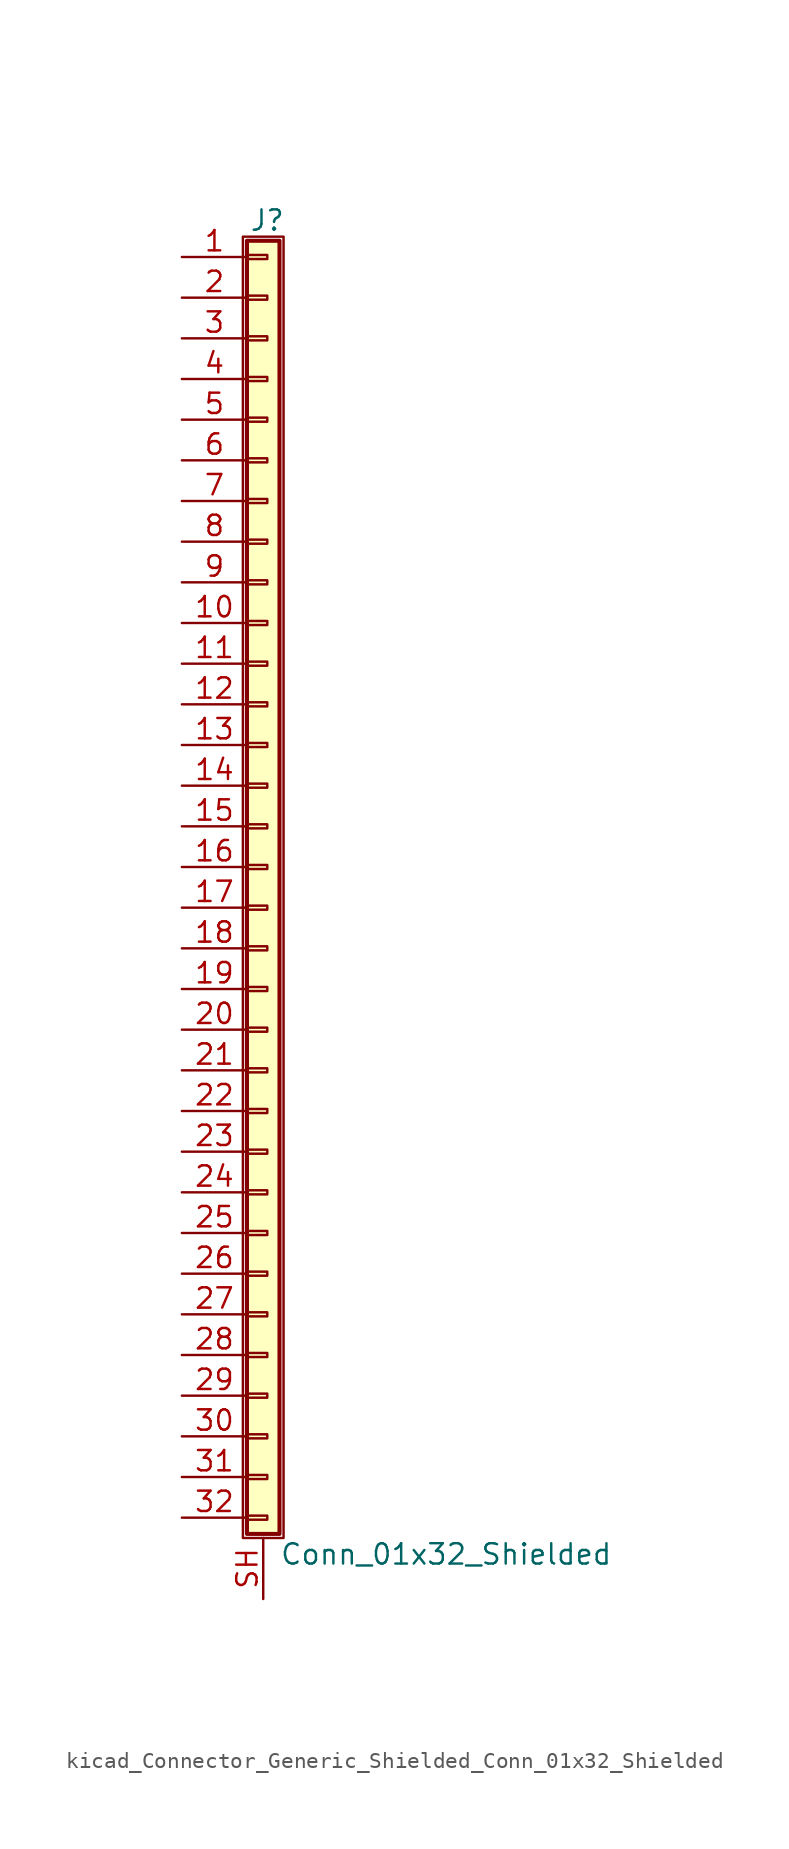
<source format=kicad_sym>
(kicad_symbol_lib
  (version 20220914)
  (generator kicad_symbol_editor)
  (symbol "kicad_Connector_Generic_Shielded_Conn_01x32_Shielded"
    (pin_names
      (offset 1.016) hide)
    (property "Reference" "J"
      (at 0.254 40.386 0)
      (effects (font (size 1.27 1.27))))
    (property "Value" "Conn_01x32_Shielded"
      (at 1.016 -42.926 0)
      (effects (font (size 1.27 1.27)) (justify left)))
    (symbol "kicad_Connector_Generic_Shielded_Conn_01x32_Shielded_1_1"
      (rectangle (start -1.27 39.37) (end 1.27 -41.91) (stroke (width 0.152) (type default)) (fill (type none)))
      (rectangle (start -1.016 -40.513) (end 0.254 -40.767) (stroke (width 0.152) (type default)) (fill (type none)))
      (rectangle (start -1.016 -37.973) (end 0.254 -38.227) (stroke (width 0.152) (type default)) (fill (type none)))
      (rectangle (start -1.016 -35.433) (end 0.254 -35.687) (stroke (width 0.152) (type default)) (fill (type none)))
      (rectangle (start -1.016 -32.893) (end 0.254 -33.147) (stroke (width 0.152) (type default)) (fill (type none)))
      (rectangle (start -1.016 -30.353) (end 0.254 -30.607) (stroke (width 0.152) (type default)) (fill (type none)))
      (rectangle (start -1.016 -27.813) (end 0.254 -28.067) (stroke (width 0.152) (type default)) (fill (type none)))
      (rectangle (start -1.016 -25.273) (end 0.254 -25.527) (stroke (width 0.152) (type default)) (fill (type none)))
      (rectangle (start -1.016 -22.733) (end 0.254 -22.987) (stroke (width 0.152) (type default)) (fill (type none)))
      (rectangle (start -1.016 -20.193) (end 0.254 -20.447) (stroke (width 0.152) (type default)) (fill (type none)))
      (rectangle (start -1.016 -17.653) (end 0.254 -17.907) (stroke (width 0.152) (type default)) (fill (type none)))
      (rectangle (start -1.016 -15.113) (end 0.254 -15.367) (stroke (width 0.152) (type default)) (fill (type none)))
      (rectangle (start -1.016 -12.573) (end 0.254 -12.827) (stroke (width 0.152) (type default)) (fill (type none)))
      (rectangle (start -1.016 -10.033) (end 0.254 -10.287) (stroke (width 0.152) (type default)) (fill (type none)))
      (rectangle (start -1.016 -7.493) (end 0.254 -7.747) (stroke (width 0.152) (type default)) (fill (type none)))
      (rectangle (start -1.016 -4.953) (end 0.254 -5.207) (stroke (width 0.152) (type default)) (fill (type none)))
      (rectangle (start -1.016 -2.413) (end 0.254 -2.667) (stroke (width 0.152) (type default)) (fill (type none)))
      (rectangle (start -1.016 0.127) (end 0.254 -0.127) (stroke (width 0.152) (type default)) (fill (type none)))
      (rectangle (start -1.016 2.667) (end 0.254 2.413) (stroke (width 0.152) (type default)) (fill (type none)))
      (rectangle (start -1.016 5.207) (end 0.254 4.953) (stroke (width 0.152) (type default)) (fill (type none)))
      (rectangle (start -1.016 7.747) (end 0.254 7.493) (stroke (width 0.152) (type default)) (fill (type none)))
      (rectangle (start -1.016 10.287) (end 0.254 10.033) (stroke (width 0.152) (type default)) (fill (type none)))
      (rectangle (start -1.016 12.827) (end 0.254 12.573) (stroke (width 0.152) (type default)) (fill (type none)))
      (rectangle (start -1.016 15.367) (end 0.254 15.113) (stroke (width 0.152) (type default)) (fill (type none)))
      (rectangle (start -1.016 17.907) (end 0.254 17.653) (stroke (width 0.152) (type default)) (fill (type none)))
      (rectangle (start -1.016 20.447) (end 0.254 20.193) (stroke (width 0.152) (type default)) (fill (type none)))
      (rectangle (start -1.016 22.987) (end 0.254 22.733) (stroke (width 0.152) (type default)) (fill (type none)))
      (rectangle (start -1.016 25.527) (end 0.254 25.273) (stroke (width 0.152) (type default)) (fill (type none)))
      (rectangle (start -1.016 28.067) (end 0.254 27.813) (stroke (width 0.152) (type default)) (fill (type none)))
      (rectangle (start -1.016 30.607) (end 0.254 30.353) (stroke (width 0.152) (type default)) (fill (type none)))
      (rectangle (start -1.016 33.147) (end 0.254 32.893) (stroke (width 0.152) (type default)) (fill (type none)))
      (rectangle (start -1.016 35.687) (end 0.254 35.433) (stroke (width 0.152) (type default)) (fill (type none)))
      (rectangle (start -1.016 38.227) (end 0.254 37.973) (stroke (width 0.152) (type default)) (fill (type none)))
      (rectangle (start -1.016 39.116) (end 1.016 -41.656) (stroke (width 0.254) (type default)) (fill (type background)))
      (pin passive line (at -5.08 38.1 0) (length 4.064) (name "Pin_1" (effects (font (size 1.27 1.27)))) (number "1" (effects (font (size 1.27 1.27)))))
      (pin passive line (at -5.08 15.24 0) (length 4.064) (name "Pin_10" (effects (font (size 1.27 1.27)))) (number "10" (effects (font (size 1.27 1.27)))))
      (pin passive line (at -5.08 12.7 0) (length 4.064) (name "Pin_11" (effects (font (size 1.27 1.27)))) (number "11" (effects (font (size 1.27 1.27)))))
      (pin passive line (at -5.08 10.16 0) (length 4.064) (name "Pin_12" (effects (font (size 1.27 1.27)))) (number "12" (effects (font (size 1.27 1.27)))))
      (pin passive line (at -5.08 7.62 0) (length 4.064) (name "Pin_13" (effects (font (size 1.27 1.27)))) (number "13" (effects (font (size 1.27 1.27)))))
      (pin passive line (at -5.08 5.08 0) (length 4.064) (name "Pin_14" (effects (font (size 1.27 1.27)))) (number "14" (effects (font (size 1.27 1.27)))))
      (pin passive line (at -5.08 2.54 0) (length 4.064) (name "Pin_15" (effects (font (size 1.27 1.27)))) (number "15" (effects (font (size 1.27 1.27)))))
      (pin passive line (at -5.08 0 0) (length 4.064) (name "Pin_16" (effects (font (size 1.27 1.27)))) (number "16" (effects (font (size 1.27 1.27)))))
      (pin passive line (at -5.08 -2.54 0) (length 4.064) (name "Pin_17" (effects (font (size 1.27 1.27)))) (number "17" (effects (font (size 1.27 1.27)))))
      (pin passive line (at -5.08 -5.08 0) (length 4.064) (name "Pin_18" (effects (font (size 1.27 1.27)))) (number "18" (effects (font (size 1.27 1.27)))))
      (pin passive line (at -5.08 -7.62 0) (length 4.064) (name "Pin_19" (effects (font (size 1.27 1.27)))) (number "19" (effects (font (size 1.27 1.27)))))
      (pin passive line (at -5.08 35.56 0) (length 4.064) (name "Pin_2" (effects (font (size 1.27 1.27)))) (number "2" (effects (font (size 1.27 1.27)))))
      (pin passive line (at -5.08 -10.16 0) (length 4.064) (name "Pin_20" (effects (font (size 1.27 1.27)))) (number "20" (effects (font (size 1.27 1.27)))))
      (pin passive line (at -5.08 -12.7 0) (length 4.064) (name "Pin_21" (effects (font (size 1.27 1.27)))) (number "21" (effects (font (size 1.27 1.27)))))
      (pin passive line (at -5.08 -15.24 0) (length 4.064) (name "Pin_22" (effects (font (size 1.27 1.27)))) (number "22" (effects (font (size 1.27 1.27)))))
      (pin passive line (at -5.08 -17.78 0) (length 4.064) (name "Pin_23" (effects (font (size 1.27 1.27)))) (number "23" (effects (font (size 1.27 1.27)))))
      (pin passive line (at -5.08 -20.32 0) (length 4.064) (name "Pin_24" (effects (font (size 1.27 1.27)))) (number "24" (effects (font (size 1.27 1.27)))))
      (pin passive line (at -5.08 -22.86 0) (length 4.064) (name "Pin_25" (effects (font (size 1.27 1.27)))) (number "25" (effects (font (size 1.27 1.27)))))
      (pin passive line (at -5.08 -25.4 0) (length 4.064) (name "Pin_26" (effects (font (size 1.27 1.27)))) (number "26" (effects (font (size 1.27 1.27)))))
      (pin passive line (at -5.08 -27.94 0) (length 4.064) (name "Pin_27" (effects (font (size 1.27 1.27)))) (number "27" (effects (font (size 1.27 1.27)))))
      (pin passive line (at -5.08 -30.48 0) (length 4.064) (name "Pin_28" (effects (font (size 1.27 1.27)))) (number "28" (effects (font (size 1.27 1.27)))))
      (pin passive line (at -5.08 -33.02 0) (length 4.064) (name "Pin_29" (effects (font (size 1.27 1.27)))) (number "29" (effects (font (size 1.27 1.27)))))
      (pin passive line (at -5.08 33.02 0) (length 4.064) (name "Pin_3" (effects (font (size 1.27 1.27)))) (number "3" (effects (font (size 1.27 1.27)))))
      (pin passive line (at -5.08 -35.56 0) (length 4.064) (name "Pin_30" (effects (font (size 1.27 1.27)))) (number "30" (effects (font (size 1.27 1.27)))))
      (pin passive line (at -5.08 -38.1 0) (length 4.064) (name "Pin_31" (effects (font (size 1.27 1.27)))) (number "31" (effects (font (size 1.27 1.27)))))
      (pin passive line (at -5.08 -40.64 0) (length 4.064) (name "Pin_32" (effects (font (size 1.27 1.27)))) (number "32" (effects (font (size 1.27 1.27)))))
      (pin passive line (at -5.08 30.48 0) (length 4.064) (name "Pin_4" (effects (font (size 1.27 1.27)))) (number "4" (effects (font (size 1.27 1.27)))))
      (pin passive line (at -5.08 27.94 0) (length 4.064) (name "Pin_5" (effects (font (size 1.27 1.27)))) (number "5" (effects (font (size 1.27 1.27)))))
      (pin passive line (at -5.08 25.4 0) (length 4.064) (name "Pin_6" (effects (font (size 1.27 1.27)))) (number "6" (effects (font (size 1.27 1.27)))))
      (pin passive line (at -5.08 22.86 0) (length 4.064) (name "Pin_7" (effects (font (size 1.27 1.27)))) (number "7" (effects (font (size 1.27 1.27)))))
      (pin passive line (at -5.08 20.32 0) (length 4.064) (name "Pin_8" (effects (font (size 1.27 1.27)))) (number "8" (effects (font (size 1.27 1.27)))))
      (pin passive line (at -5.08 17.78 0) (length 4.064) (name "Pin_9" (effects (font (size 1.27 1.27)))) (number "9" (effects (font (size 1.27 1.27)))))
      (pin passive line (at 0 -45.72 90) (length 3.81) (name "Shield" (effects (font (size 1.27 1.27)))) (number "SH" (effects (font (size 1.27 1.27))))))))
</source>
